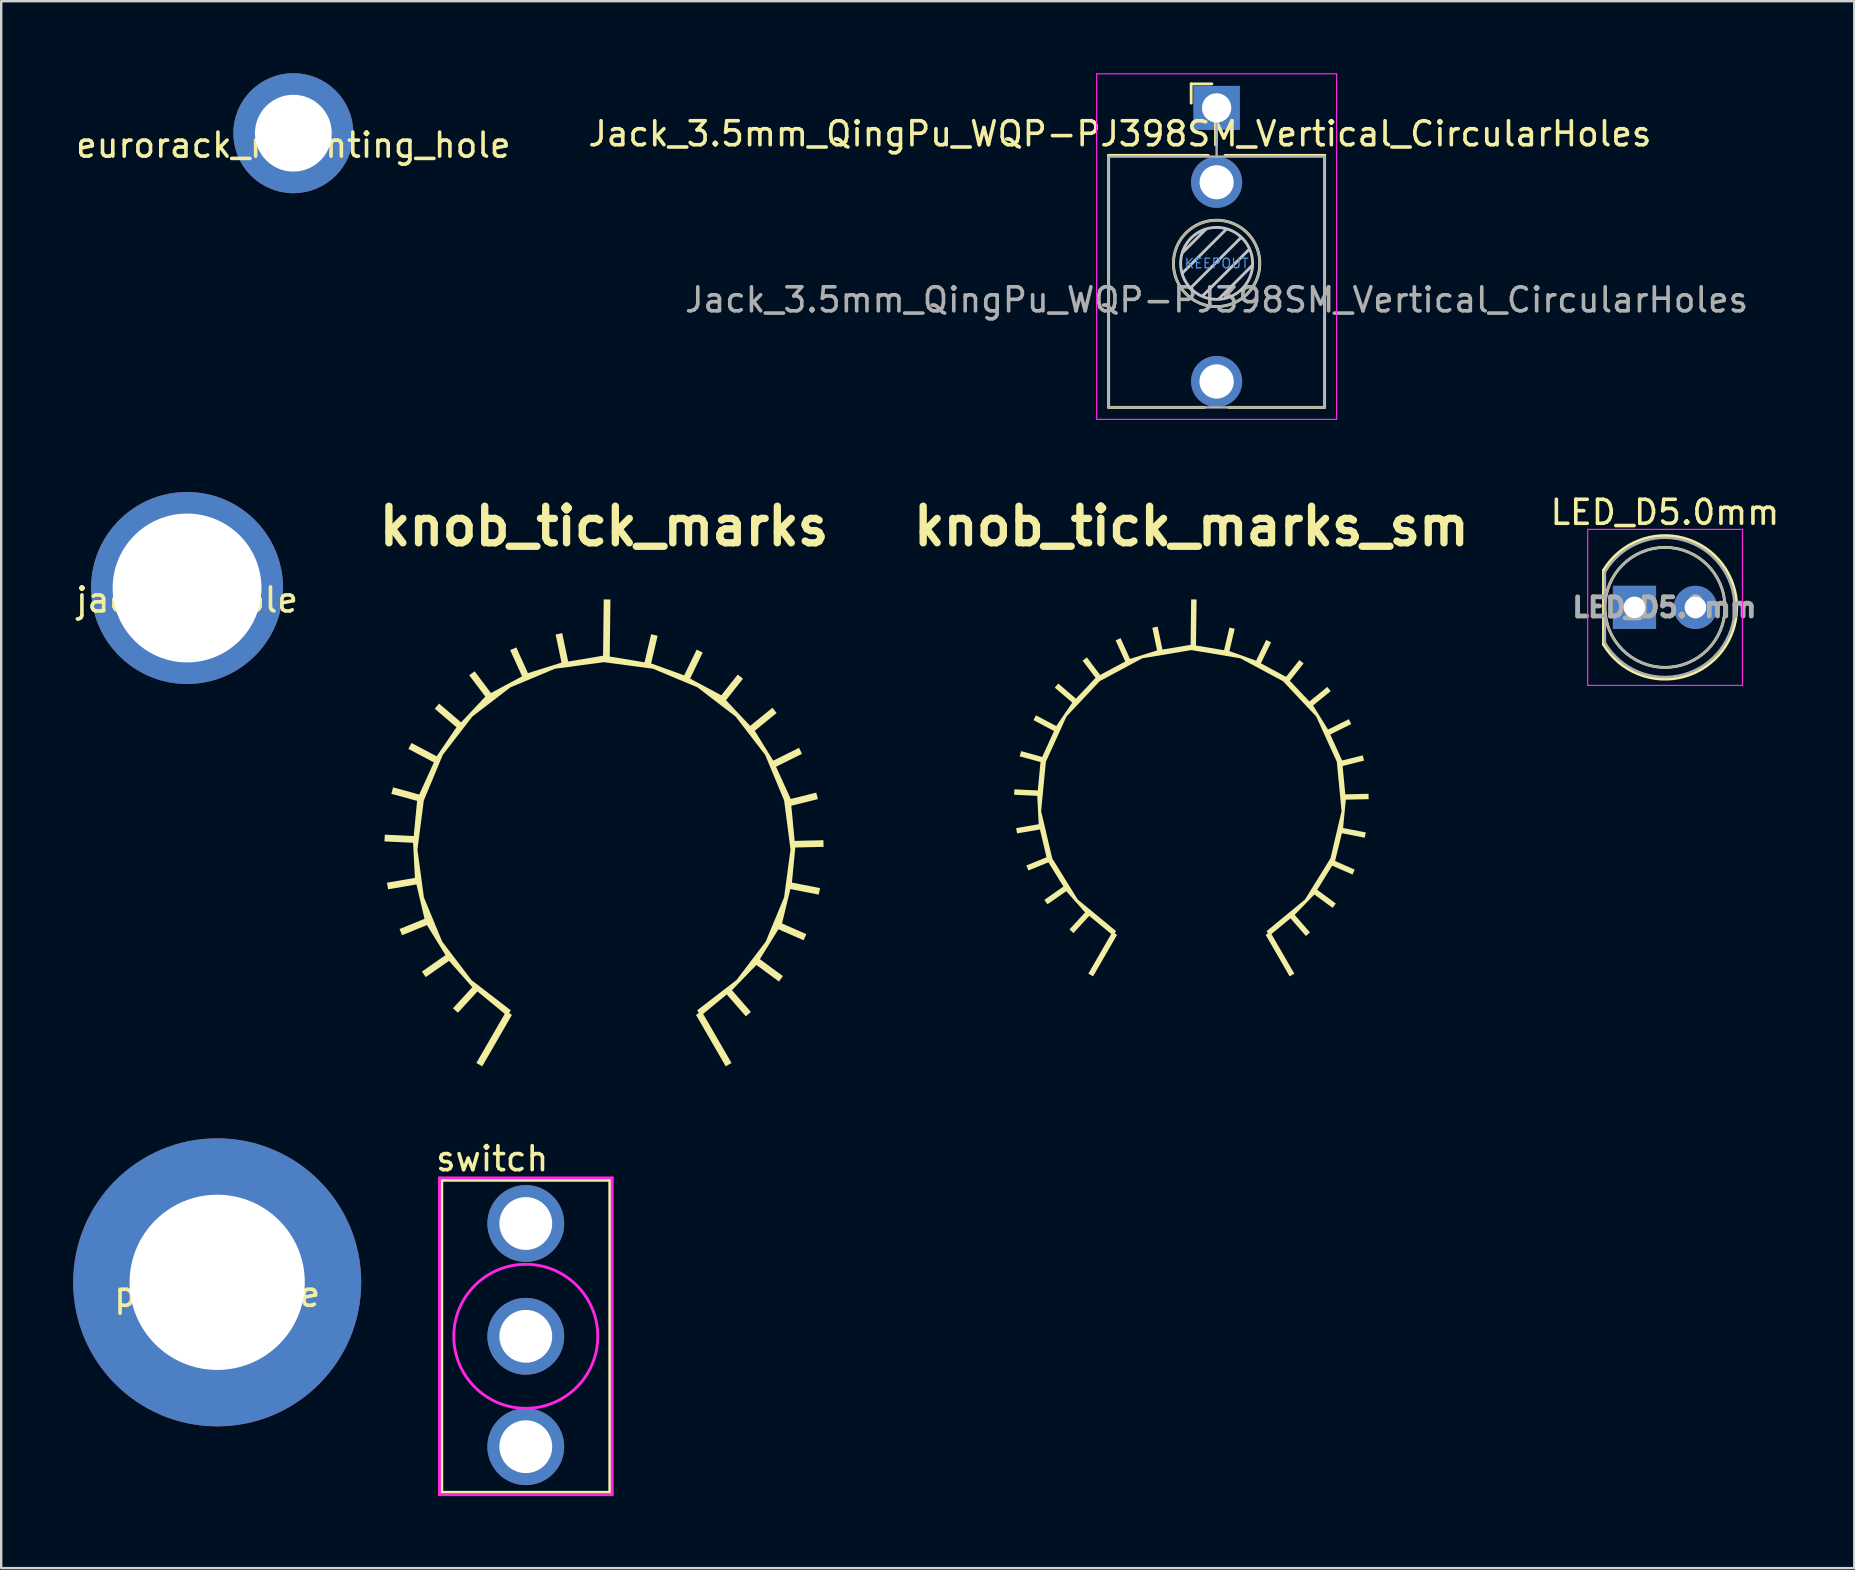
<source format=kicad_pcb>
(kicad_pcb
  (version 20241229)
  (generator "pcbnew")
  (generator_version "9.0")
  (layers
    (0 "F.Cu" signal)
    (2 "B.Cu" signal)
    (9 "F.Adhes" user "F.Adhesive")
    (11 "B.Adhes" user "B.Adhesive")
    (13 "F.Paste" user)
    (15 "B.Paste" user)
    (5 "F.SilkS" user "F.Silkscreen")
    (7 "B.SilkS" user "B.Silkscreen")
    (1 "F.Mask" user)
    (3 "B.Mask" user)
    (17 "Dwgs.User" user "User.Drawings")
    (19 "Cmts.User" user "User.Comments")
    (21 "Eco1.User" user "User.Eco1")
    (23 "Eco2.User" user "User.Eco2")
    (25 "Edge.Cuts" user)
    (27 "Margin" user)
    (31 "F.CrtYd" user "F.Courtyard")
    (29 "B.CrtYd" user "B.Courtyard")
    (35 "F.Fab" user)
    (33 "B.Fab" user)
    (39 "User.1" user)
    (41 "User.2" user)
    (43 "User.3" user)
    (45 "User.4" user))
  (footprint "switch"
    (layer "F.Cu")
    (at 18.858 52.63)
    (property "Reference" "switch" (at -1.4 -7.4 0) (layer "F.SilkS") (effects (font (size 1 1) (thickness 0.15))))
    (attr through_hole)
    (fp_line (start -3.5 -6.5) (end 3.5 -6.5) (stroke (width 0.12) (type solid)) (layer "F.SilkS"))
    (fp_line (start -3.5 6.5) (end -3.5 -6.5) (stroke (width 0.12) (type solid)) (layer "F.SilkS"))
    (fp_line (start 3.5 -6.5) (end 3.5 6.5) (stroke (width 0.12) (type solid)) (layer "F.SilkS"))
    (fp_line (start 3.5 6.5) (end -3.5 6.5) (stroke (width 0.12) (type solid)) (layer "F.SilkS"))
    (fp_line (start -3.6 -6.6) (end 3.6 -6.6) (stroke (width 0.12) (type solid)) (layer "F.CrtYd"))
    (fp_line (start -3.6 6.6) (end -3.6 -6.6) (stroke (width 0.12) (type solid)) (layer "F.CrtYd"))
    (fp_line (start 3.6 -6.6) (end 3.6 6.6) (stroke (width 0.12) (type solid)) (layer "F.CrtYd"))
    (fp_line (start 3.6 6.6) (end -3.6 6.6) (stroke (width 0.12) (type solid)) (layer "F.CrtYd"))
    (fp_circle (center 0 0) (end 3 0) (stroke (width 0.12) (type solid)) (fill no) (layer "F.CrtYd"))
    (pad "1" thru_hole circle (at 0 -4.7) (size 3.2 3.2) (drill 2.2) (layers "*.Cu" "*.Mask"))
    (pad "2" thru_hole circle (at 0 0) (size 3.2 3.2) (drill 2.2) (layers "*.Cu" "*.Mask"))
    (pad "3" thru_hole circle (at 0 4.6) (size 3.2 3.2) (drill 2.2) (layers "*.Cu" "*.Mask")))
  (footprint "eurorack_mounting_hole"
    (layer "F.Cu")
    (at 9.173 2.5)
    (property "Reference" "eurorack_mounting_hole" (at 0 0.5 0) (layer "F.SilkS") (effects (font (size 1 1) (thickness 0.15))))
    (attr through_hole)
    (pad "1" thru_hole circle (at 0 0) (size 5 5) (drill 3.2) (layers "*.Cu" "*.Mask")))
  (footprint "pot_fp_hole"
    (layer "F.Cu")
    (at 6 50.381)
    (property "Reference" "pot_fp_hole" (at 0 0.5 0) (layer "F.SilkS") (effects (font (size 1 1) (thickness 0.15))))
    (attr through_hole)
    (pad "1" thru_hole circle (at 0 0) (size 12 12) (drill 7.3) (layers "*.Cu" "*.Mask")))
  (footprint "jack_fp_hole"
    (layer "F.Cu")
    (at 4.744 21.45)
    (property "Reference" "jack_fp_hole" (at 0 0.5 0) (layer "F.SilkS") (effects (font (size 1 1) (thickness 0.15))))
    (attr through_hole)
    (pad "1" thru_hole circle (at 0 0) (size 8 8) (drill 6.2) (layers "*.Cu" "*.Mask")))
  (footprint "knob_tick_marks_sm"
    (layer "F.Cu")
    (at 46.592 29.778)
    (property "Reference" "knob_tick_marks_sm" (at 0 -10.902 0) (layer "F.SilkS") (effects (font (size 1.524 1.524) (thickness 0.305))))
    (attr smd)
    (fp_poly (pts (xy -0.011 -7.854) (xy -0.032 -5.959) (xy -1.206 -5.764) (xy -1.407 -6.719) (xy -1.628 -6.672) (xy -1.431 -5.727) (xy -2.56 -5.373) (xy -2.95 -6.238) (xy -3.157 -6.146) (xy -2.757 -5.266) (xy -3.804 -4.705) (xy -4.353 -5.436) (xy -4.534 -5.301) (xy -3.993 -4.584) (xy -4.81 -3.717) (xy -5.548 -4.348) (xy -5.694 -4.176) (xy -4.964 -3.553) (xy -5.63 -2.576) (xy -6.476 -3.023) (xy -6.581 -2.824) (xy -5.724 -2.369) (xy -6.216 -1.289) (xy -7.095 -1.531) (xy -7.155 -1.313) (xy -6.288 -1.076) (xy -6.401 0.107) (xy -7.374 0.061) (xy -7.386 0.287) (xy -6.423 0.334) (xy -6.362 1.514) (xy -7.302 1.676) (xy -7.263 1.898) (xy -6.31 1.734) (xy -6.038 2.891) (xy -6.878 3.234) (xy -6.792 3.443) (xy -5.958 3.102) (xy -5.333 4.111) (xy -6.126 4.666) (xy -5.997 4.852) (xy -5.214 4.305) (xy -4.431 5.191) (xy -5.081 5.898) (xy -4.915 6.051) (xy -4.257 5.334) (xy -3.341 6.088) (xy -4.294 7.74) (xy -4.097 7.854) (xy -3.097 6.121) (xy -3.194 6.064) (xy -3.14 5.967) (xy -4.737 4.651) (xy -5.799 2.935) (xy -6.261 0.97) (xy -6.062 -1.09) (xy -5.204 -2.974) (xy -3.822 -4.444) (xy -2.044 -5.399) (xy -0.003 -5.74) (xy 2.039 -5.399) (xy 3.817 -4.444) (xy 5.2 -2.974) (xy 6.058 -1.09) (xy 6.257 0.97) (xy 5.795 2.935) (xy 4.733 4.651) (xy 3.136 5.967) (xy 3.19 6.064) (xy 3.093 6.121) (xy 4.093 7.854) (xy 4.288 7.74) (xy 3.335 6.09) (xy 4.128 5.436) (xy 4.771 6.172) (xy 4.94 6.023) (xy 4.304 5.293) (xy 5.124 4.443) (xy 5.884 5) (xy 6.017 4.818) (xy 5.243 4.248) (xy 5.866 3.242) (xy 6.714 3.613) (xy 6.804 3.406) (xy 5.987 3.047) (xy 6.269 1.891) (xy 7.222 2.078) (xy 7.267 1.857) (xy 6.321 1.672) (xy 6.435 0.492) (xy 7.386 0.471) (xy 7.38 0.246) (xy 6.413 0.27) (xy 6.3 -0.912) (xy 7.194 -1.135) (xy 7.14 -1.354) (xy 6.276 -1.141) (xy 6.276 -1.148) (xy 5.786 -2.225) (xy 6.659 -2.658) (xy 6.56 -2.861) (xy 5.692 -2.43) (xy 5.071 -3.434) (xy 5.806 -4.031) (xy 5.663 -4.207) (xy 4.917 -3.6) (xy 4.103 -4.463) (xy 4.675 -5.186) (xy 4.497 -5.324) (xy 3.944 -4.627) (xy 2.896 -5.189) (xy 3.319 -6.064) (xy 3.116 -6.164) (xy 2.696 -5.299) (xy 1.585 -5.699) (xy 1.804 -6.629) (xy 1.585 -6.682) (xy 1.362 -5.736) (xy 0.192 -5.932) (xy 0.216 -7.85) (xy -0.011 -7.854)) (stroke (width 0) (type solid)) (fill yes) (layer "F.SilkS")))
  (footprint "knob_tick_marks"
    (layer "F.Cu")
    (at 22.118 31.653)
    (property "Reference" "knob_tick_marks" (at 0 -12.776 0) (layer "F.SilkS") (effects (font (size 1.524 1.524) (thickness 0.305))))
    (attr smd)
    (fp_poly (pts (xy -0.013 -9.728) (xy -0.04 -7.382) (xy -1.494 -7.14) (xy -1.743 -8.323) (xy -2.017 -8.265) (xy -1.772 -7.094) (xy -3.171 -6.656) (xy -3.655 -7.728) (xy -3.911 -7.614) (xy -3.415 -6.523) (xy -4.712 -5.828) (xy -5.392 -6.733) (xy -5.617 -6.566) (xy -4.946 -5.678) (xy -5.958 -4.604) (xy -6.872 -5.386) (xy -7.054 -5.173) (xy -6.149 -4.401) (xy -6.974 -3.191) (xy -8.022 -3.745) (xy -8.152 -3.498) (xy -7.09 -2.935) (xy -7.7 -1.597) (xy -8.788 -1.897) (xy -8.863 -1.626) (xy -7.789 -1.333) (xy -7.93 0.133) (xy -9.134 0.075) (xy -9.149 0.356) (xy -7.956 0.414) (xy -7.881 1.875) (xy -9.045 2.076) (xy -8.997 2.352) (xy -7.816 2.148) (xy -7.48 3.581) (xy -8.52 4.007) (xy -8.413 4.265) (xy -7.38 3.842) (xy -6.606 5.093) (xy -7.588 5.78) (xy -7.429 6.01) (xy -6.459 5.332) (xy -5.488 6.431) (xy -6.294 7.307) (xy -6.088 7.495) (xy -5.273 6.607) (xy -4.138 7.541) (xy -5.319 9.588) (xy -5.075 9.728) (xy -3.836 7.582) (xy -3.957 7.512) (xy -3.889 7.391) (xy -5.523 6.133) (xy -6.742 4.533) (xy -7.505 2.688) (xy -7.774 0.695) (xy -7.509 -1.35) (xy -6.716 -3.254) (xy -5.487 -4.846) (xy -3.903 -6.062) (xy -2.048 -6.838) (xy -0.004 -7.111) (xy 2.041 -6.838) (xy 3.897 -6.062) (xy 5.481 -4.846) (xy 6.711 -3.254) (xy 7.504 -1.35) (xy 7.77 0.695) (xy 7.501 2.688) (xy 6.737 4.533) (xy 5.518 6.133) (xy 3.884 7.391) (xy 3.952 7.512) (xy 3.831 7.582) (xy 5.07 9.728) (xy 5.312 9.588) (xy 4.131 7.544) (xy 5.113 6.733) (xy 5.909 7.645) (xy 6.12 7.461) (xy 5.331 6.557) (xy 6.347 5.504) (xy 7.289 6.194) (xy 7.453 5.969) (xy 6.495 5.262) (xy 7.267 4.016) (xy 8.317 4.476) (xy 8.428 4.219) (xy 7.417 3.774) (xy 7.765 2.342) (xy 8.946 2.574) (xy 9.001 2.301) (xy 7.83 2.071) (xy 7.971 0.61) (xy 9.149 0.583) (xy 9.141 0.305) (xy 7.943 0.334) (xy 7.804 -1.13) (xy 8.912 -1.406) (xy 8.844 -1.677) (xy 7.775 -1.413) (xy 7.775 -1.423) (xy 7.167 -2.756) (xy 8.249 -3.293) (xy 8.125 -3.544) (xy 7.051 -3.01) (xy 6.282 -4.253) (xy 7.191 -4.994) (xy 7.015 -5.211) (xy 6.09 -4.459) (xy 5.082 -5.528) (xy 5.791 -6.424) (xy 5.571 -6.595) (xy 4.886 -5.732) (xy 3.587 -6.428) (xy 4.112 -7.512) (xy 3.86 -7.636) (xy 3.34 -6.564) (xy 1.963 -7.06) (xy 2.234 -8.211) (xy 1.963 -8.277) (xy 1.687 -7.106) (xy 0.238 -7.348) (xy 0.267 -9.724) (xy -0.013 -9.728)) (stroke (width 0) (type solid)) (fill yes) (layer "F.SilkS")))
  (footprint "LED_D5.0mm"
    (layer "F.Cu")
    (at 66.323 22.258)
    (property "Reference" "LED_D5.0mm" (at 0 -3.96 0) (layer "F.SilkS") (effects (font (size 1 1) (thickness 0.15))))
    (attr through_hole)
    (fp_line (start -2.56 -1.545) (end -2.56 1.545) (stroke (width 0.12) (type solid)) (layer "F.SilkS"))
    (fp_arc (start -2.56 -1.54483) (mid 0.802002 -2.880433) (end 2.99 0.000462) (stroke (width 0.12) (type solid)) (layer "F.SilkS"))
    (fp_arc (start 2.99 -0.000462) (mid 0.802002 2.880433) (end -2.56 1.54483) (stroke (width 0.12) (type solid)) (layer "F.SilkS"))
    (fp_circle (center 0 0) (end 2.5 0) (stroke (width 0.12) (type solid)) (fill no) (layer "F.SilkS"))
    (fp_line (start -3.22 -3.25) (end -3.22 3.25) (stroke (width 0.05) (type solid)) (layer "F.CrtYd"))
    (fp_line (start -3.22 3.25) (end 3.23 3.25) (stroke (width 0.05) (type solid)) (layer "F.CrtYd"))
    (fp_line (start 3.23 -3.25) (end -3.22 -3.25) (stroke (width 0.05) (type solid)) (layer "F.CrtYd"))
    (fp_line (start 3.23 3.25) (end 3.23 -3.25) (stroke (width 0.05) (type solid)) (layer "F.CrtYd"))
    (fp_line (start -2.5 -1.47) (end -2.5 1.47) (stroke (width 0.1) (type solid)) (layer "F.Fab"))
    (fp_arc (start -2.5 -1.469694) (mid 2.9 0.000016) (end -2.500016 1.469666) (stroke (width 0.1) (type solid)) (layer "F.Fab"))
    (fp_circle (center 0 0) (end 2.5 0) (stroke (width 0.1) (type solid)) (fill no) (layer "F.Fab"))
    (fp_text user "${REFERENCE}" (at -0.02 0 0) (layer "F.Fab") (effects (font (size 0.8 0.8) (thickness 0.2))))
    (pad "1" thru_hole rect (at -1.27 0) (size 1.8 1.8) (drill 0.9) (layers "*.Cu" "*.Mask"))
    (pad "2" thru_hole circle (at 1.27 0) (size 1.8 1.8) (drill 0.9) (layers "*.Cu" "*.Mask")))
  (footprint "Jack_3.5mm_QingPu_WQP-PJ398SM_Vertical_CircularHoles"
    (layer "F.Cu")
    (at 47.643 7.795)
    (property "Reference" "Jack_3.5mm_QingPu_WQP-PJ398SM_Vertical_CircularHoles" (at -4.03 -5.27 180) (layer "F.SilkS") (effects (font (size 1 1) (thickness 0.15))))
    (attr through_hole)
    (fp_line (start -4.5 -4.37) (end -4.5 6.13) (stroke (width 0.12) (type solid)) (layer "F.SilkS"))
    (fp_line (start -1.06 -7.35) (end -1.06 -6.55) (stroke (width 0.12) (type solid)) (layer "F.SilkS"))
    (fp_line (start -1.06 -7.35) (end -0.2 -7.35) (stroke (width 0.12) (type solid)) (layer "F.SilkS"))
    (fp_line (start -0.5 6.13) (end -4.5 6.13) (stroke (width 0.12) (type solid)) (layer "F.SilkS"))
    (fp_line (start -0.35 -4.37) (end -4.5 -4.37) (stroke (width 0.12) (type solid)) (layer "F.SilkS"))
    (fp_line (start 4.5 -4.37) (end 0.35 -4.37) (stroke (width 0.12) (type solid)) (layer "F.SilkS"))
    (fp_line (start 4.5 -4.37) (end 4.5 6.13) (stroke (width 0.12) (type solid)) (layer "F.SilkS"))
    (fp_line (start 4.5 6.13) (end 0.5 6.13) (stroke (width 0.12) (type solid)) (layer "F.SilkS"))
    (fp_circle (center 0 0.13) (end 1.8 0.13) (stroke (width 0.12) (type solid)) (fill no) (layer "F.SilkS"))
    (fp_line (start -1.42 0.525) (end 0.4 -1.29) (stroke (width 0.12) (type solid)) (layer "Dwgs.User"))
    (fp_line (start -1.41 -0.33) (end -0.46 -1.28) (stroke (width 0.12) (type solid)) (layer "Dwgs.User"))
    (fp_line (start -1.07 1.14) (end 1.01 -0.94) (stroke (width 0.12) (type solid)) (layer "Dwgs.User"))
    (fp_line (start -0.58 1.48) (end 1.36 -0.46) (stroke (width 0.12) (type solid)) (layer "Dwgs.User"))
    (fp_line (start 0.09 1.61) (end 1.48 0.22) (stroke (width 0.12) (type solid)) (layer "Dwgs.User"))
    (fp_circle (center 0 0.13) (end 1.5 0.13) (stroke (width 0.12) (type solid)) (fill no) (layer "Dwgs.User"))
    (fp_line (start -5 6.63) (end -5 -7.77) (stroke (width 0.05) (type solid)) (layer "F.CrtYd"))
    (fp_line (start 5 -7.77) (end -5 -7.77) (stroke (width 0.05) (type solid)) (layer "F.CrtYd"))
    (fp_line (start 5 6.63) (end -5 6.63) (stroke (width 0.05) (type solid)) (layer "F.CrtYd"))
    (fp_line (start 5 6.63) (end 5 -7.77) (stroke (width 0.05) (type solid)) (layer "F.CrtYd"))
    (fp_line (start -4.5 6.13) (end -4.5 -4.27) (stroke (width 0.1) (type solid)) (layer "F.Fab"))
    (fp_line (start 0 -6.35) (end 0 -4.32) (stroke (width 0.1) (type solid)) (layer "F.Fab"))
    (fp_line (start 4.5 -4.32) (end -4.5 -4.32) (stroke (width 0.1) (type solid)) (layer "F.Fab"))
    (fp_line (start 4.5 6.13) (end -4.5 6.13) (stroke (width 0.1) (type solid)) (layer "F.Fab"))
    (fp_line (start 4.5 6.13) (end 4.5 -4.27) (stroke (width 0.1) (type solid)) (layer "F.Fab"))
    (fp_circle (center 0 0.13) (end 1.8 0.13) (stroke (width 0.1) (type solid)) (fill no) (layer "F.Fab"))
    (fp_text user "KEEPOUT" (at 0 0.13 0) (layer "Cmts.User") (effects (font (size 0.4 0.4) (thickness 0.051))))
    (fp_text user "${REFERENCE}" (at 0 1.65 180) (layer "F.Fab") (effects (font (size 1 1) (thickness 0.15))))
    (pad "S" thru_hole rect (at 0 -6.35 180) (size 1.93 1.83) (drill 1.22) (layers "*.Cu" "*.Mask"))
    (pad "T" thru_hole circle (at 0 5.05 180) (size 2.13 2.13) (drill 1.43) (layers "*.Cu" "*.Mask"))
    (pad "TN" thru_hole circle (at 0 -3.25 180) (size 2.13 2.13) (drill 1.42) (layers "*.Cu" "*.Mask")))
  (gr_rect
    (start -3 -3)
    (end 74.21 62.29)
    (stroke (width 0.1) (type default))
    (fill no)
    (layer "Edge.Cuts")))
</source>
